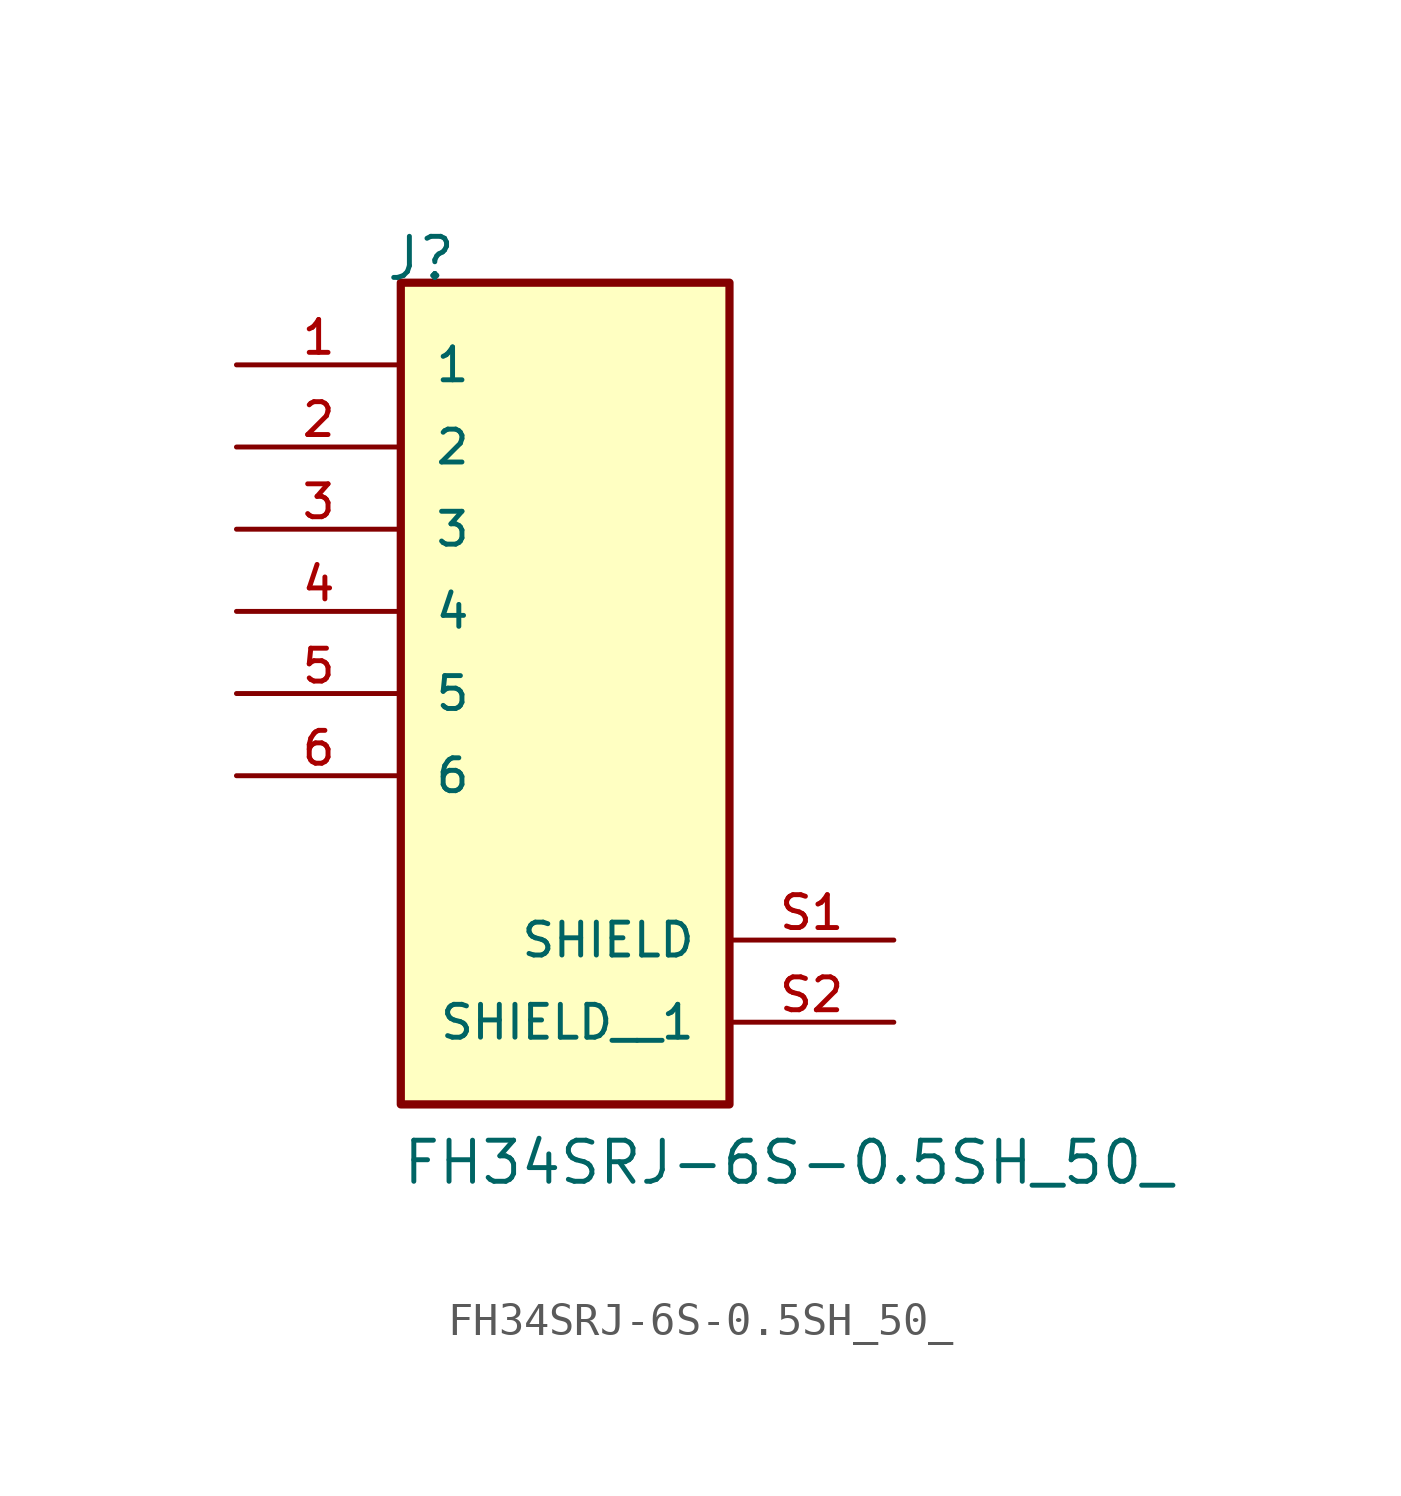
<source format=kicad_sym>
(kicad_symbol_lib
  (version 20211014)
  (generator kicad_symbol_editor)
  (symbol "FH34SRJ-6S-0.5SH_50_"
    (pin_names
      (offset 1.016))
    (property "Reference" "J"
      (at -5.58 10.16 0)
      (effects (font (size 1.27 1.27)) (justify bottom left)))
    (property "Value" "FH34SRJ-6S-0.5SH_50_"
      (at -5.08 -17.78 0)
      (effects (font (size 1.27 1.27)) (justify bottom left)))
    (symbol "FH34SRJ-6S-0.5SH_50__0_0"
      (rectangle (start -5.08 -15.24) (end 5.08 10.16) (stroke (width 0.254)) (fill (type background)))
      (pin passive line (at -10.16 7.62 0) (length 5.08) (name "1" (effects (font (size 1.016 1.016)))) (number "1" (effects (font (size 1.016 1.016)))))
      (pin passive line (at -10.16 5.08 0) (length 5.08) (name "2" (effects (font (size 1.016 1.016)))) (number "2" (effects (font (size 1.016 1.016)))))
      (pin passive line (at -10.16 2.54 0) (length 5.08) (name "3" (effects (font (size 1.016 1.016)))) (number "3" (effects (font (size 1.016 1.016)))))
      (pin passive line (at -10.16 0.0 0) (length 5.08) (name "4" (effects (font (size 1.016 1.016)))) (number "4" (effects (font (size 1.016 1.016)))))
      (pin passive line (at -10.16 -2.54 0) (length 5.08) (name "5" (effects (font (size 1.016 1.016)))) (number "5" (effects (font (size 1.016 1.016)))))
      (pin passive line (at -10.16 -5.08 0) (length 5.08) (name "6" (effects (font (size 1.016 1.016)))) (number "6" (effects (font (size 1.016 1.016)))))
      (pin passive line (at 10.16 -10.16 180.0) (length 5.08) (name "SHIELD" (effects (font (size 1.016 1.016)))) (number "S1" (effects (font (size 1.016 1.016)))))
      (pin passive line (at 10.16 -12.7 180.0) (length 5.08) (name "SHIELD__1" (effects (font (size 1.016 1.016)))) (number "S2" (effects (font (size 1.016 1.016))))))))
</source>
